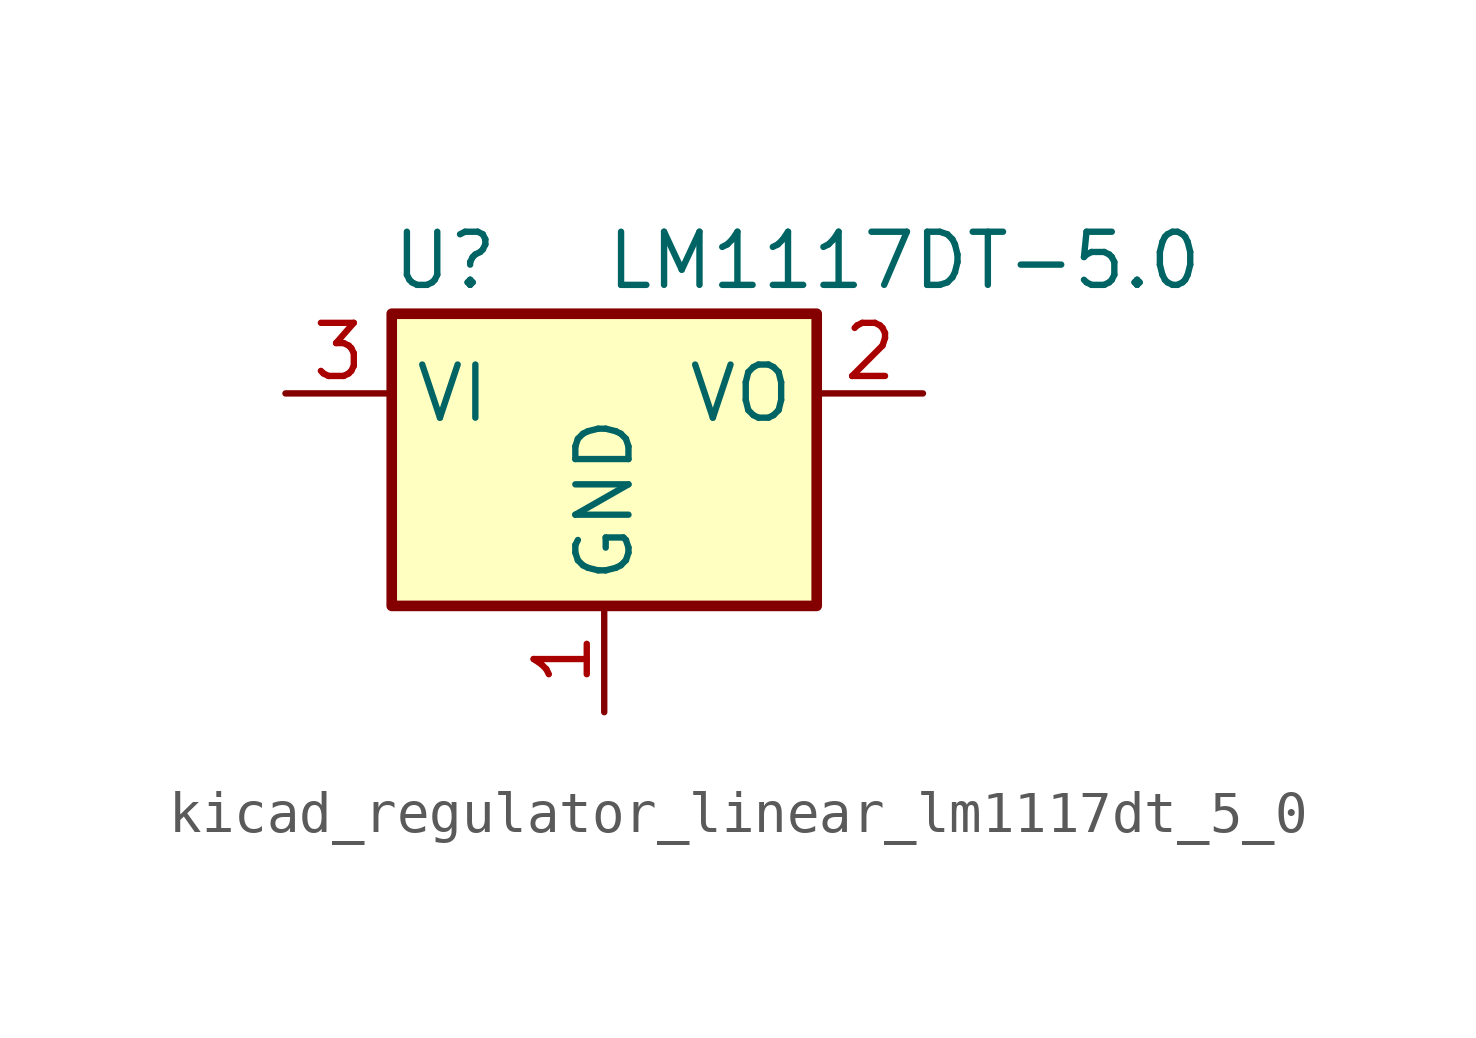
<source format=kicad_sym>
(kicad_symbol_lib
  (version 20220914)
  (generator kicad_symbol_editor)
  (symbol "kicad_regulator_linear_lm1117dt_5_0"
    (property "Reference" "U"
      (at -3.81 3.175 0)
      (effects (font (size 1.27 1.27))))
    (property "Value" "LM1117DT-5.0"
      (at 0 3.175 0)
      (effects (font (size 1.27 1.27)) (justify left)))
    (symbol "kicad_regulator_linear_lm1117dt_5_0_0_1"
      (rectangle (start -5.08 -5.08) (end 5.08 1.905) (stroke (width 0.254) (type default)) (fill (type background))))
    (symbol "kicad_regulator_linear_lm1117dt_5_0_1_1"
      (pin power_in line (at 0 -7.62 90) (length 2.54) (name "GND" (effects (font (size 1.27 1.27)))) (number "1" (effects (font (size 1.27 1.27)))))
      (pin power_out line (at 7.62 0 180) (length 2.54) (name "VO" (effects (font (size 1.27 1.27)))) (number "2" (effects (font (size 1.27 1.27)))))
      (pin power_in line (at -7.62 0 0) (length 2.54) (name "VI" (effects (font (size 1.27 1.27)))) (number "3" (effects (font (size 1.27 1.27))))))))
</source>
